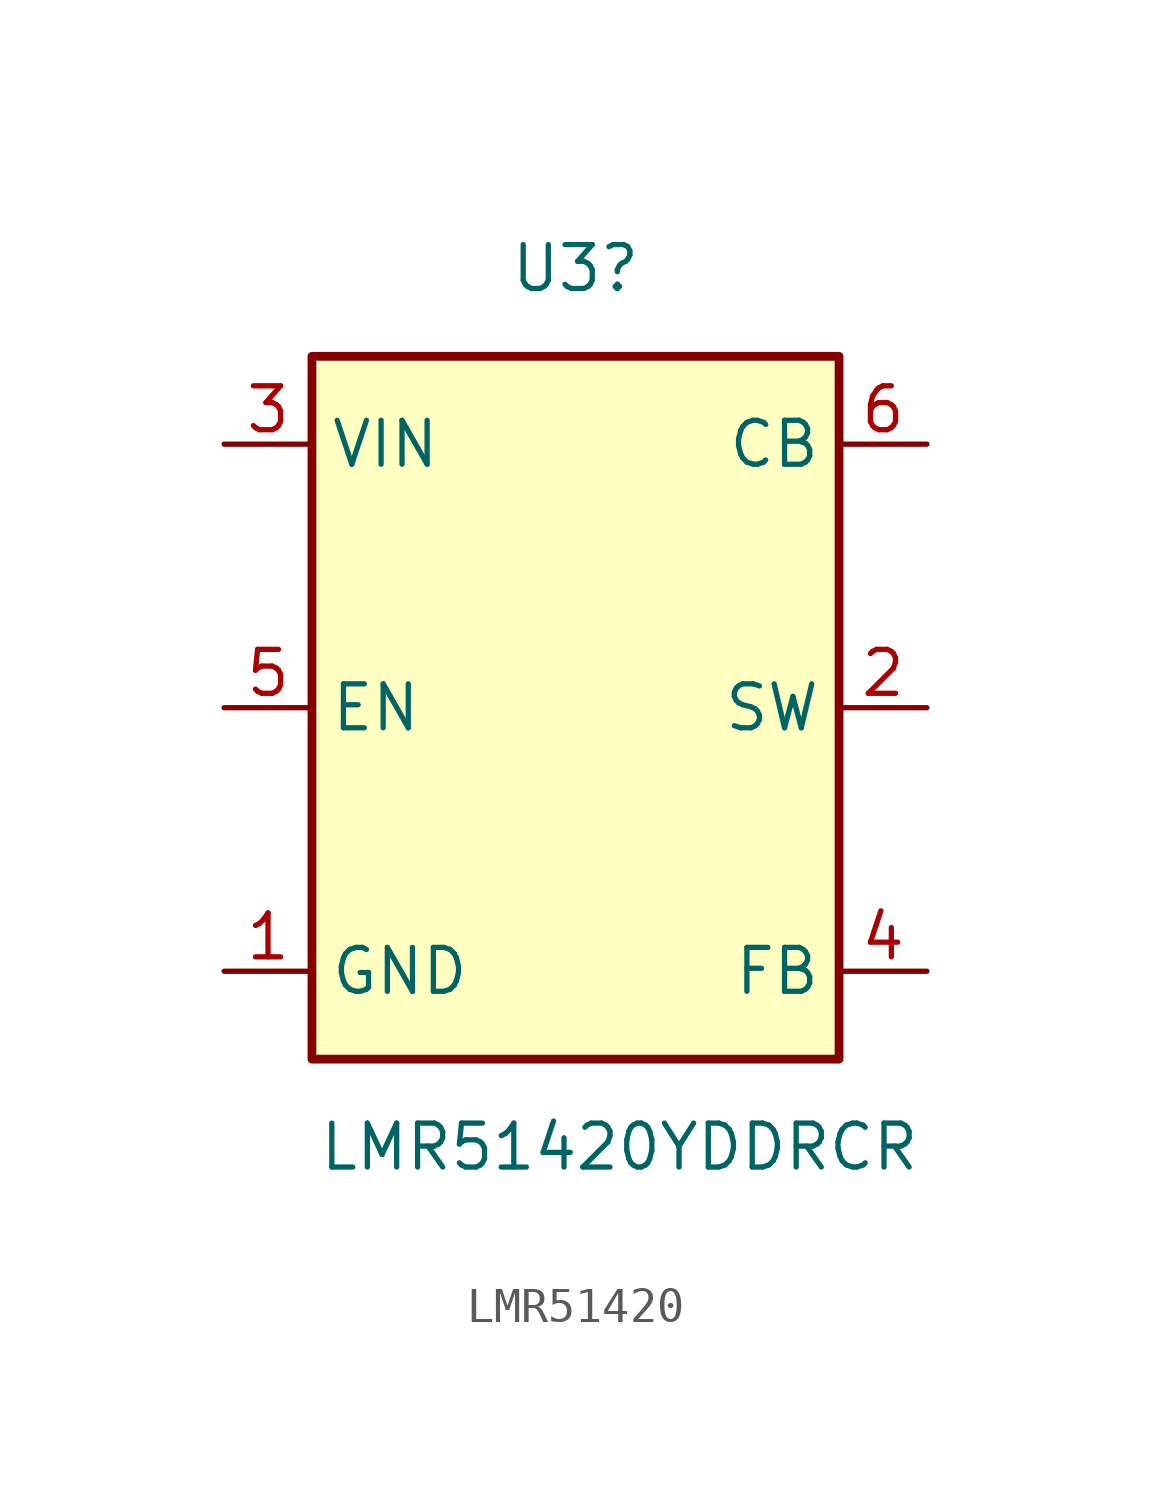
<source format=kicad_sym>
(kicad_symbol_lib
  (version 20220914)
  (generator kicad_symbol_editor)
  (symbol "LMR51420"
    (property "Reference" "U3"
      (at 0 12.7 0)
      (effects (font (size 1.27 1.27))))
    (property "Value" "LMR51420YDDRCR"
      (at 1.27 -12.7 0)
      (effects (font (size 1.27 1.27))))
    (symbol "LMR51420_1_1"
      (rectangle (start -7.62 10.16) (end 7.62 -10.16) (stroke (width 0.254) (type default)) (fill (type background)))
      (pin power_in line (at -10.16 -7.62 0) (length 2.54) (name "GND" (effects (font (size 1.27 1.27)))) (number "1" (effects (font (size 1.27 1.27)))))
      (pin power_out line (at 10.16 0 180) (length 2.54) (name "SW" (effects (font (size 1.27 1.27)))) (number "2" (effects (font (size 1.27 1.27)))))
      (pin power_in line (at -10.16 7.62 0) (length 2.54) (name "VIN" (effects (font (size 1.27 1.27)))) (number "3" (effects (font (size 1.27 1.27)))))
      (pin input line (at 10.16 -7.62 180) (length 2.54) (name "FB" (effects (font (size 1.27 1.27)))) (number "4" (effects (font (size 1.27 1.27)))))
      (pin input line (at -10.16 0 0) (length 2.54) (name "EN" (effects (font (size 1.27 1.27)))) (number "5" (effects (font (size 1.27 1.27)))))
      (pin input line (at 10.16 7.62 180) (length 2.54) (name "CB" (effects (font (size 1.27 1.27)))) (number "6" (effects (font (size 1.27 1.27))))))))
</source>
